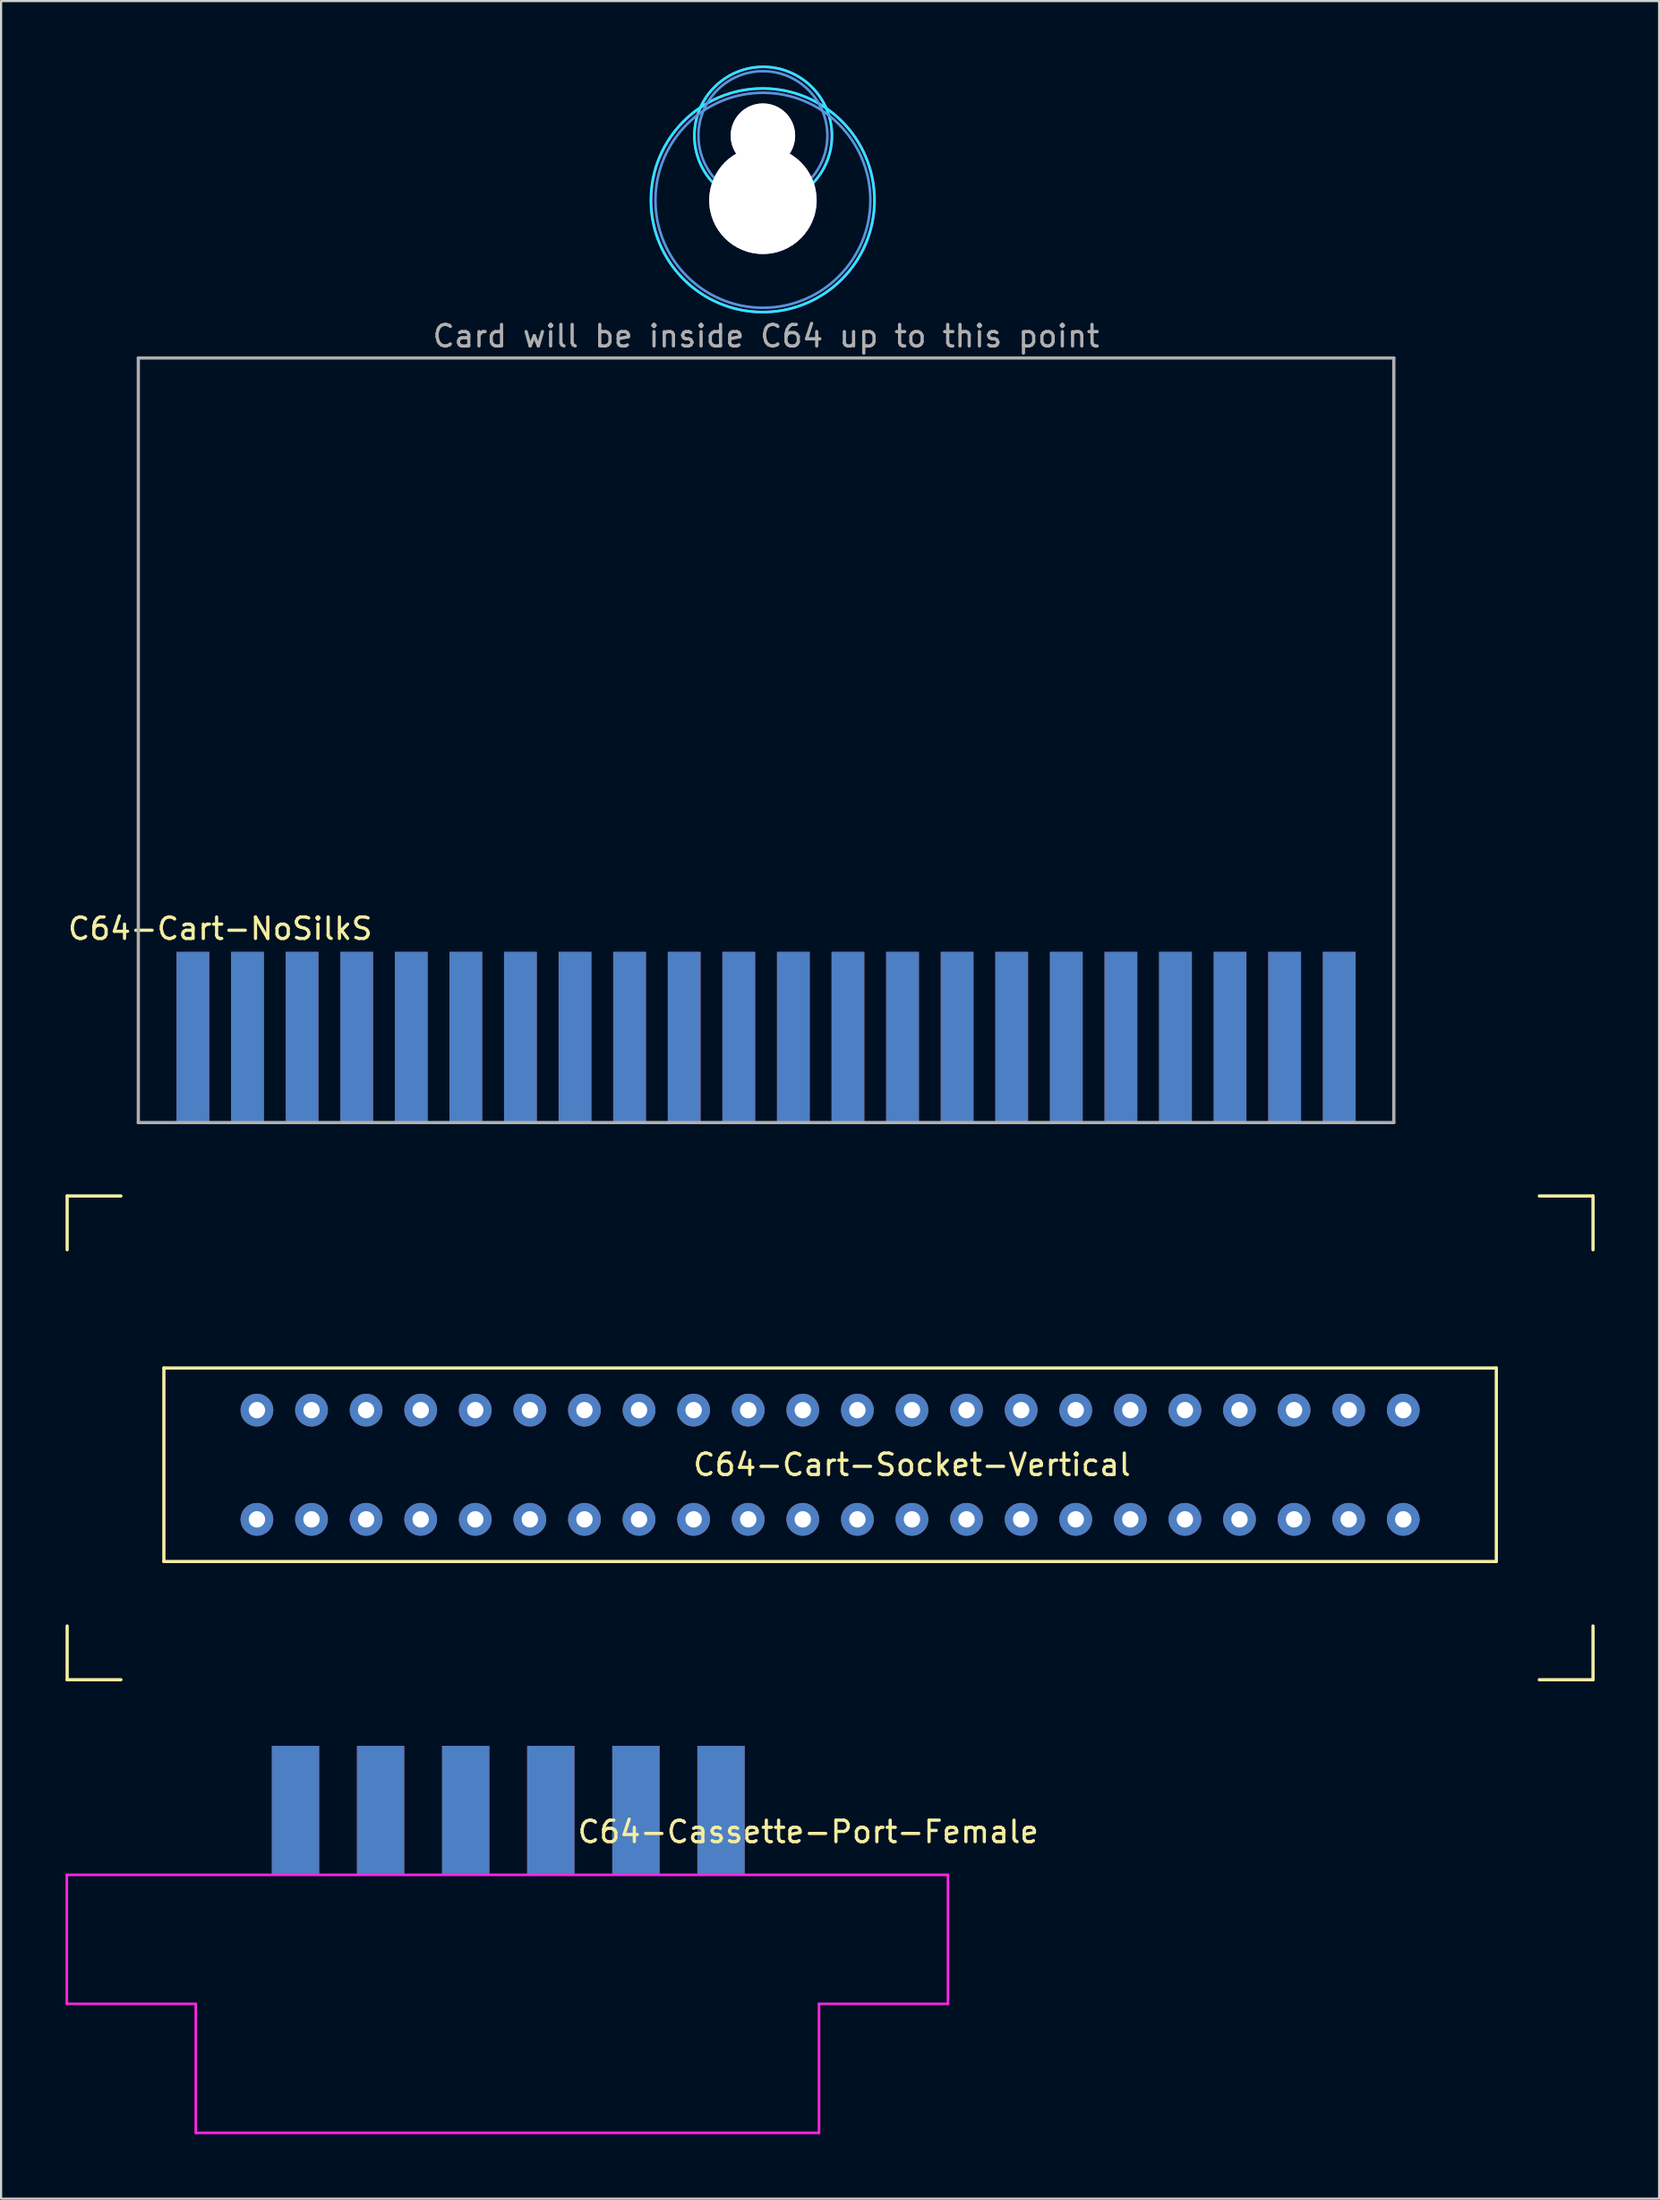
<source format=kicad_pcb>
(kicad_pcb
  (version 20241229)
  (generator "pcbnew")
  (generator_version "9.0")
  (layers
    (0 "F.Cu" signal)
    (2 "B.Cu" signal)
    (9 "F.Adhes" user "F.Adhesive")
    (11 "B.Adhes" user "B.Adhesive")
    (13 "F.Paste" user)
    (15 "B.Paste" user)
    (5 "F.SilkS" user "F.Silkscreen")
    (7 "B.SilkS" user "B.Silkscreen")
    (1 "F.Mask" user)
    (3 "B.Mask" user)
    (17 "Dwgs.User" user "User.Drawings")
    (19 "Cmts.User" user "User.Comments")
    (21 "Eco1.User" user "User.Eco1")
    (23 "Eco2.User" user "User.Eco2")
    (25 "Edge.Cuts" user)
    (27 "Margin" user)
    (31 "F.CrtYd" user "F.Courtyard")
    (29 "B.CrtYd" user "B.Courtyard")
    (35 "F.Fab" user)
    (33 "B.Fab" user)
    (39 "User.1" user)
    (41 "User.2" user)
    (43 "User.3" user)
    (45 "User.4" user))
  (footprint "C64-Cassette-Port-Female"
    (layer "F.Cu")
    (at 20.06 84.15)
    (property "Reference" "C64-Cassette-Port-Female" (at 14.5 -2 0) (layer "F.SilkS") (effects (font (size 1 1) (thickness 0.15))))
    (attr through_hole)
    (fp_line (start -20 0) (end -20 6) (stroke (width 0.12) (type solid)) (layer "F.CrtYd"))
    (fp_line (start -20 0) (end 21 0) (stroke (width 0.12) (type solid)) (layer "F.CrtYd"))
    (fp_line (start -20 6) (end -14 6) (stroke (width 0.12) (type solid)) (layer "F.CrtYd"))
    (fp_line (start -14 6) (end -14 12) (stroke (width 0.12) (type solid)) (layer "F.CrtYd"))
    (fp_line (start 15 6) (end 15 12) (stroke (width 0.12) (type solid)) (layer "F.CrtYd"))
    (fp_line (start 15 12) (end -14 12) (stroke (width 0.12) (type solid)) (layer "F.CrtYd"))
    (fp_line (start 21 0) (end 21 6) (stroke (width 0.12) (type solid)) (layer "F.CrtYd"))
    (fp_line (start 21 6) (end 15 6) (stroke (width 0.12) (type solid)) (layer "F.CrtYd"))
    (pad "1" smd rect (at 10.44 -3) (size 2.2 6) (layers "F.Cu" "F.Mask" "F.Paste"))
    (pad "2" smd rect (at 6.48 -3) (size 2.2 6) (layers "F.Cu" "F.Mask" "F.Paste"))
    (pad "3" smd rect (at 2.52 -3) (size 2.2 6) (layers "F.Cu" "F.Mask" "F.Paste"))
    (pad "4" smd rect (at -1.44 -3) (size 2.2 6) (layers "F.Cu" "F.Mask" "F.Paste"))
    (pad "5" smd rect (at -5.4 -3) (size 2.2 6) (layers "F.Cu" "F.Mask" "F.Paste"))
    (pad "6" smd rect (at -9.36 -3) (size 2.2 6) (layers "F.Cu" "F.Mask" "F.Paste"))
    (pad "A" smd rect (at 10.44 -3) (size 2.2 6) (layers "B.Cu" "B.Mask" "B.Paste"))
    (pad "B" smd rect (at 6.48 -3) (size 2.2 6) (layers "B.Cu" "B.Mask" "B.Paste"))
    (pad "C" smd rect (at 2.52 -3) (size 2.2 6) (layers "B.Cu" "B.Mask" "B.Paste"))
    (pad "D" smd rect (at -1.44 -3) (size 2.2 6) (layers "B.Cu" "B.Mask" "B.Paste"))
    (pad "E" smd rect (at -5.4 -3) (size 2.2 6) (layers "B.Cu" "B.Mask" "B.Paste"))
    (pad "F" smd rect (at -9.36 -3) (size 2.2 6) (layers "B.Cu" "B.Mask" "B.Paste")))
  (footprint "C64-Cart-NoSilkS"
    (layer "F.Cu")
    (at 3.386 49.16)
    (property "Reference" "C64-Cart-NoSilkS" (at 3.81 -9.018 0) (layer "F.SilkS") (effects (font (size 1 1) (thickness 0.15))))
    (attr through_hole)
    (fp_circle (center 29.063 -45.9) (end 32.063 -45.9) (stroke (width 0.12) (type solid)) (fill no) (layer "Cmts.User"))
    (fp_circle (center 29.063 -42.895) (end 34.063 -42.895) (stroke (width 0.12) (type solid)) (fill no) (layer "Cmts.User"))
    (fp_circle (center 29.05 -42.895) (end 34.25 -42.895) (stroke (width 0.12) (type solid)) (fill no) (layer "B.CrtYd"))
    (fp_circle (center 29.075 -45.9) (end 32.275 -45.9) (stroke (width 0.12) (type solid)) (fill no) (layer "B.CrtYd"))
    (fp_circle (center 29.063 -42.895) (end 34.263 -42.895) (stroke (width 0.12) (type solid)) (fill no) (layer "F.CrtYd"))
    (fp_circle (center 29.075 -45.9) (end 32.275 -45.9) (stroke (width 0.12) (type solid)) (fill no) (layer "F.CrtYd"))
    (fp_line (start 0 -35.56) (end 0 0) (stroke (width 0.15) (type solid)) (layer "F.Fab"))
    (fp_line (start 0 0) (end 58.42 0) (stroke (width 0.15) (type solid)) (layer "F.Fab"))
    (fp_line (start 58.42 -35.56) (end 0 -35.56) (stroke (width 0.15) (type solid)) (layer "F.Fab"))
    (fp_line (start 58.42 0) (end 58.42 -35.56) (stroke (width 0.15) (type solid)) (layer "F.Fab"))
    (fp_text user "Card will be inside C64 up to this point" (at 29.21 -36.576 0) (layer "F.Fab") (effects (font (size 1 1) (thickness 0.15))))
    (pad "" smd rect (at 29.21 -3.81 180) (size 58.42 8.3) (layers "F.Mask"))
    (pad "" smd rect (at 29.21 -3.81 180) (size 58.42 8.3) (layers "B.Mask"))
    (pad "1" smd rect (at 2.54 -3.938 180) (size 1.524 8) (layers "F.Cu" "F.Mask" "F.Paste"))
    (pad "2" smd rect (at 5.08 -3.938 180) (size 1.524 8) (layers "F.Cu" "F.Mask" "F.Paste"))
    (pad "3" smd rect (at 7.62 -3.938 180) (size 1.524 8) (layers "F.Cu" "F.Mask" "F.Paste"))
    (pad "4" smd rect (at 10.16 -3.938 180) (size 1.524 8) (layers "F.Cu" "F.Mask" "F.Paste"))
    (pad "5" smd rect (at 12.7 -3.938 180) (size 1.524 8) (layers "F.Cu" "F.Mask" "F.Paste"))
    (pad "6" smd rect (at 15.24 -3.938 180) (size 1.524 8) (layers "F.Cu" "F.Mask" "F.Paste"))
    (pad "7" smd rect (at 17.78 -3.938 180) (size 1.524 8) (layers "F.Cu" "F.Mask" "F.Paste"))
    (pad "8" smd rect (at 20.32 -3.938 180) (size 1.524 8) (layers "F.Cu" "F.Mask" "F.Paste"))
    (pad "9" smd rect (at 22.86 -3.938 180) (size 1.524 8) (layers "F.Cu" "F.Mask" "F.Paste"))
    (pad "10" smd rect (at 25.4 -3.938 180) (size 1.524 8) (layers "F.Cu" "F.Mask" "F.Paste"))
    (pad "11" smd rect (at 27.94 -3.938 180) (size 1.524 8) (layers "F.Cu" "F.Mask" "F.Paste"))
    (pad "12" smd rect (at 30.48 -3.938 180) (size 1.524 8) (layers "F.Cu" "F.Mask" "F.Paste"))
    (pad "13" smd rect (at 33.02 -3.938 180) (size 1.524 8) (layers "F.Cu" "F.Mask" "F.Paste"))
    (pad "14" smd rect (at 35.56 -3.938 180) (size 1.524 8) (layers "F.Cu" "F.Mask" "F.Paste"))
    (pad "15" smd rect (at 38.1 -3.938 180) (size 1.524 8) (layers "F.Cu" "F.Mask" "F.Paste"))
    (pad "16" smd rect (at 40.64 -3.938 180) (size 1.524 8) (layers "F.Cu" "F.Mask" "F.Paste"))
    (pad "17" smd rect (at 43.18 -3.938 180) (size 1.524 8) (layers "F.Cu" "F.Mask" "F.Paste"))
    (pad "18" smd rect (at 45.72 -3.938 180) (size 1.524 8) (layers "F.Cu" "F.Mask" "F.Paste"))
    (pad "19" smd rect (at 48.26 -3.938 180) (size 1.524 8) (layers "F.Cu" "F.Mask" "F.Paste"))
    (pad "20" smd rect (at 50.8 -3.938 180) (size 1.524 8) (layers "F.Cu" "F.Mask" "F.Paste"))
    (pad "21" smd rect (at 53.34 -3.938 180) (size 1.524 8) (layers "F.Cu" "F.Mask" "F.Paste"))
    (pad "22" smd rect (at 55.88 -3.938 180) (size 1.524 8) (layers "F.Cu" "F.Mask" "F.Paste"))
    (pad "A" smd rect (at 2.54 -3.938) (size 1.524 8) (layers "B.Cu" "B.Mask" "B.Paste"))
    (pad "B" smd rect (at 5.08 -3.938) (size 1.524 8) (layers "B.Cu" "B.Mask" "B.Paste"))
    (pad "C" smd rect (at 7.62 -3.938) (size 1.524 8) (layers "B.Cu" "B.Mask" "B.Paste"))
    (pad "D" smd rect (at 10.16 -3.938) (size 1.524 8) (layers "B.Cu" "B.Mask" "B.Paste"))
    (pad "E" smd rect (at 12.7 -3.938) (size 1.524 8) (layers "B.Cu" "B.Mask" "B.Paste"))
    (pad "F" smd rect (at 15.24 -3.938) (size 1.524 8) (layers "B.Cu" "B.Mask" "B.Paste"))
    (pad "H" smd rect (at 17.78 -3.938) (size 1.524 8) (layers "B.Cu" "B.Mask" "B.Paste"))
    (pad "J" smd rect (at 20.32 -3.938) (size 1.524 8) (layers "B.Cu" "B.Mask" "B.Paste"))
    (pad "K" smd rect (at 22.86 -3.938) (size 1.524 8) (layers "B.Cu" "B.Mask" "B.Paste"))
    (pad "L" smd rect (at 25.4 -3.938) (size 1.524 8) (layers "B.Cu" "B.Mask" "B.Paste"))
    (pad "M" smd rect (at 27.94 -3.938) (size 1.524 8) (layers "B.Cu" "B.Mask" "B.Paste"))
    (pad "N" smd rect (at 30.48 -3.938) (size 1.524 8) (layers "B.Cu" "B.Mask" "B.Paste"))
    (pad "P" smd rect (at 33.02 -3.938) (size 1.524 8) (layers "B.Cu" "B.Mask" "B.Paste"))
    (pad "R" smd rect (at 35.56 -3.938) (size 1.524 8) (layers "B.Cu" "B.Mask" "B.Paste"))
    (pad "S" smd rect (at 38.1 -3.938) (size 1.524 8) (layers "B.Cu" "B.Mask" "B.Paste"))
    (pad "T" smd rect (at 40.64 -3.938) (size 1.524 8) (layers "B.Cu" "B.Mask" "B.Paste"))
    (pad "U" smd rect (at 43.18 -3.938) (size 1.524 8) (layers "B.Cu" "B.Mask" "B.Paste"))
    (pad "V" smd rect (at 45.72 -3.938) (size 1.524 8) (layers "B.Cu" "B.Mask" "B.Paste"))
    (pad "W" smd rect (at 48.26 -3.938) (size 1.524 8) (layers "B.Cu" "B.Mask" "B.Paste"))
    (pad "X" thru_hole circle (at 29.063 -45.9) (size 3 3) (drill 3) (layers "*.Cu" "*.Mask"))
    (pad "X" thru_hole circle (at 29.063 -42.895) (size 5 5) (drill 5) (layers "*.Cu" "*.Mask"))
    (pad "X" smd rect (at 50.8 -3.938) (size 1.524 8) (layers "B.Cu" "B.Mask" "B.Paste"))
    (pad "Y" smd rect (at 53.34 -3.938) (size 1.524 8) (layers "B.Cu" "B.Mask" "B.Paste"))
    (pad "Z" smd rect (at 55.88 -3.938) (size 1.524 8) (layers "B.Cu" "B.Mask" "B.Paste")))
  (footprint "C64-Cart-Socket-Vertical"
    (layer "F.Cu")
    (at 35.575 65.075)
    (property "Reference" "C64-Cart-Socket-Vertical" (at 3.81 0 0) (layer "F.SilkS") (effects (font (size 1 1) (thickness 0.15))))
    (attr through_hole)
    (fp_line (start -35.5 -12.5) (end -33 -12.5) (stroke (width 0.15) (type solid)) (layer "F.SilkS"))
    (fp_line (start -35.5 -10) (end -35.5 -12.5) (stroke (width 0.15) (type solid)) (layer "F.SilkS"))
    (fp_line (start -35.5 7.5) (end -35.5 10) (stroke (width 0.15) (type solid)) (layer "F.SilkS"))
    (fp_line (start -35.5 10) (end -33 10) (stroke (width 0.15) (type solid)) (layer "F.SilkS"))
    (fp_line (start -31 -4.5) (end -31 4.5) (stroke (width 0.15) (type solid)) (layer "F.SilkS"))
    (fp_line (start -31 4.5) (end 31 4.5) (stroke (width 0.15) (type solid)) (layer "F.SilkS"))
    (fp_line (start 31 -4.5) (end -31 -4.5) (stroke (width 0.15) (type solid)) (layer "F.SilkS"))
    (fp_line (start 31 4.5) (end 31 -4.5) (stroke (width 0.15) (type solid)) (layer "F.SilkS"))
    (fp_line (start 35.5 -12.5) (end 33 -12.5) (stroke (width 0.15) (type solid)) (layer "F.SilkS"))
    (fp_line (start 35.5 -12.5) (end 35.5 -10) (stroke (width 0.15) (type solid)) (layer "F.SilkS"))
    (fp_line (start 35.5 7.5) (end 35.5 10) (stroke (width 0.15) (type solid)) (layer "F.SilkS"))
    (fp_line (start 35.5 10) (end 33 10) (stroke (width 0.15) (type solid)) (layer "F.SilkS"))
    (pad "1" thru_hole circle (at 26.67 -2.54) (size 1.524 1.524) (drill 0.762) (layers "*.Cu" "*.Mask"))
    (pad "2" thru_hole circle (at 24.13 -2.54) (size 1.524 1.524) (drill 0.762) (layers "*.Cu" "*.Mask"))
    (pad "3" thru_hole circle (at 21.59 -2.54) (size 1.524 1.524) (drill 0.762) (layers "*.Cu" "*.Mask"))
    (pad "4" thru_hole circle (at 19.05 -2.54) (size 1.524 1.524) (drill 0.762) (layers "*.Cu" "*.Mask"))
    (pad "5" thru_hole circle (at 16.51 -2.54) (size 1.524 1.524) (drill 0.762) (layers "*.Cu" "*.Mask"))
    (pad "6" thru_hole circle (at 13.97 -2.54) (size 1.524 1.524) (drill 0.762) (layers "*.Cu" "*.Mask"))
    (pad "7" thru_hole circle (at 11.43 -2.54) (size 1.524 1.524) (drill 0.762) (layers "*.Cu" "*.Mask"))
    (pad "8" thru_hole circle (at 8.89 -2.54) (size 1.524 1.524) (drill 0.762) (layers "*.Cu" "*.Mask"))
    (pad "9" thru_hole circle (at 6.35 -2.54) (size 1.524 1.524) (drill 0.762) (layers "*.Cu" "*.Mask"))
    (pad "10" thru_hole circle (at 3.81 -2.54) (size 1.524 1.524) (drill 0.762) (layers "*.Cu" "*.Mask"))
    (pad "11" thru_hole circle (at 1.27 -2.54) (size 1.524 1.524) (drill 0.762) (layers "*.Cu" "*.Mask"))
    (pad "12" thru_hole circle (at -1.27 -2.54) (size 1.524 1.524) (drill 0.762) (layers "*.Cu" "*.Mask"))
    (pad "13" thru_hole circle (at -3.81 -2.54) (size 1.524 1.524) (drill 0.762) (layers "*.Cu" "*.Mask"))
    (pad "14" thru_hole circle (at -6.35 -2.54) (size 1.524 1.524) (drill 0.762) (layers "*.Cu" "*.Mask"))
    (pad "15" thru_hole circle (at -8.89 -2.54) (size 1.524 1.524) (drill 0.762) (layers "*.Cu" "*.Mask"))
    (pad "16" thru_hole circle (at -11.43 -2.54) (size 1.524 1.524) (drill 0.762) (layers "*.Cu" "*.Mask"))
    (pad "17" thru_hole circle (at -13.97 -2.54) (size 1.524 1.524) (drill 0.762) (layers "*.Cu" "*.Mask"))
    (pad "18" thru_hole circle (at -16.51 -2.54) (size 1.524 1.524) (drill 0.762) (layers "*.Cu" "*.Mask"))
    (pad "19" thru_hole circle (at -19.05 -2.54) (size 1.524 1.524) (drill 0.762) (layers "*.Cu" "*.Mask"))
    (pad "20" thru_hole circle (at -21.59 -2.54) (size 1.524 1.524) (drill 0.762) (layers "*.Cu" "*.Mask"))
    (pad "21" thru_hole circle (at -24.13 -2.54) (size 1.524 1.524) (drill 0.762) (layers "*.Cu" "*.Mask"))
    (pad "22" thru_hole circle (at -26.67 -2.54) (size 1.524 1.524) (drill 0.762) (layers "*.Cu" "*.Mask"))
    (pad "A" thru_hole circle (at 26.67 2.54) (size 1.524 1.524) (drill 0.762) (layers "*.Cu" "*.Mask"))
    (pad "B" thru_hole circle (at 24.13 2.54) (size 1.524 1.524) (drill 0.762) (layers "*.Cu" "*.Mask"))
    (pad "C" thru_hole circle (at 21.59 2.54) (size 1.524 1.524) (drill 0.762) (layers "*.Cu" "*.Mask"))
    (pad "D" thru_hole circle (at 19.05 2.54) (size 1.524 1.524) (drill 0.762) (layers "*.Cu" "*.Mask"))
    (pad "E" thru_hole circle (at 16.51 2.54) (size 1.524 1.524) (drill 0.762) (layers "*.Cu" "*.Mask"))
    (pad "F" thru_hole circle (at 13.97 2.54) (size 1.524 1.524) (drill 0.762) (layers "*.Cu" "*.Mask"))
    (pad "H" thru_hole circle (at 11.43 2.54) (size 1.524 1.524) (drill 0.762) (layers "*.Cu" "*.Mask"))
    (pad "J" thru_hole circle (at 8.89 2.54) (size 1.524 1.524) (drill 0.762) (layers "*.Cu" "*.Mask"))
    (pad "K" thru_hole circle (at 6.35 2.54) (size 1.524 1.524) (drill 0.762) (layers "*.Cu" "*.Mask"))
    (pad "L" thru_hole circle (at 3.81 2.54) (size 1.524 1.524) (drill 0.762) (layers "*.Cu" "*.Mask"))
    (pad "M" thru_hole circle (at 1.27 2.54) (size 1.524 1.524) (drill 0.762) (layers "*.Cu" "*.Mask"))
    (pad "N" thru_hole circle (at -1.27 2.54) (size 1.524 1.524) (drill 0.762) (layers "*.Cu" "*.Mask"))
    (pad "P" thru_hole circle (at -3.81 2.54) (size 1.524 1.524) (drill 0.762) (layers "*.Cu" "*.Mask"))
    (pad "R" thru_hole circle (at -6.35 2.54) (size 1.524 1.524) (drill 0.762) (layers "*.Cu" "*.Mask"))
    (pad "S" thru_hole circle (at -8.89 2.54) (size 1.524 1.524) (drill 0.762) (layers "*.Cu" "*.Mask"))
    (pad "T" thru_hole circle (at -11.43 2.54) (size 1.524 1.524) (drill 0.762) (layers "*.Cu" "*.Mask"))
    (pad "U" thru_hole circle (at -13.97 2.54) (size 1.524 1.524) (drill 0.762) (layers "*.Cu" "*.Mask"))
    (pad "V" thru_hole circle (at -16.51 2.54) (size 1.524 1.524) (drill 0.762) (layers "*.Cu" "*.Mask"))
    (pad "W" thru_hole circle (at -19.05 2.54) (size 1.524 1.524) (drill 0.762) (layers "*.Cu" "*.Mask"))
    (pad "X" thru_hole circle (at -21.59 2.54) (size 1.524 1.524) (drill 0.762) (layers "*.Cu" "*.Mask"))
    (pad "Y" thru_hole circle (at -24.13 2.54) (size 1.524 1.524) (drill 0.762) (layers "*.Cu" "*.Mask"))
    (pad "Z" thru_hole circle (at -26.67 2.54) (size 1.524 1.524) (drill 0.762) (layers "*.Cu" "*.Mask")))
  (gr_rect
    (start -3 -3)
    (end 74.15 99.21)
    (stroke (width 0.1) (type default))
    (fill no)
    (layer "Edge.Cuts")))
</source>
